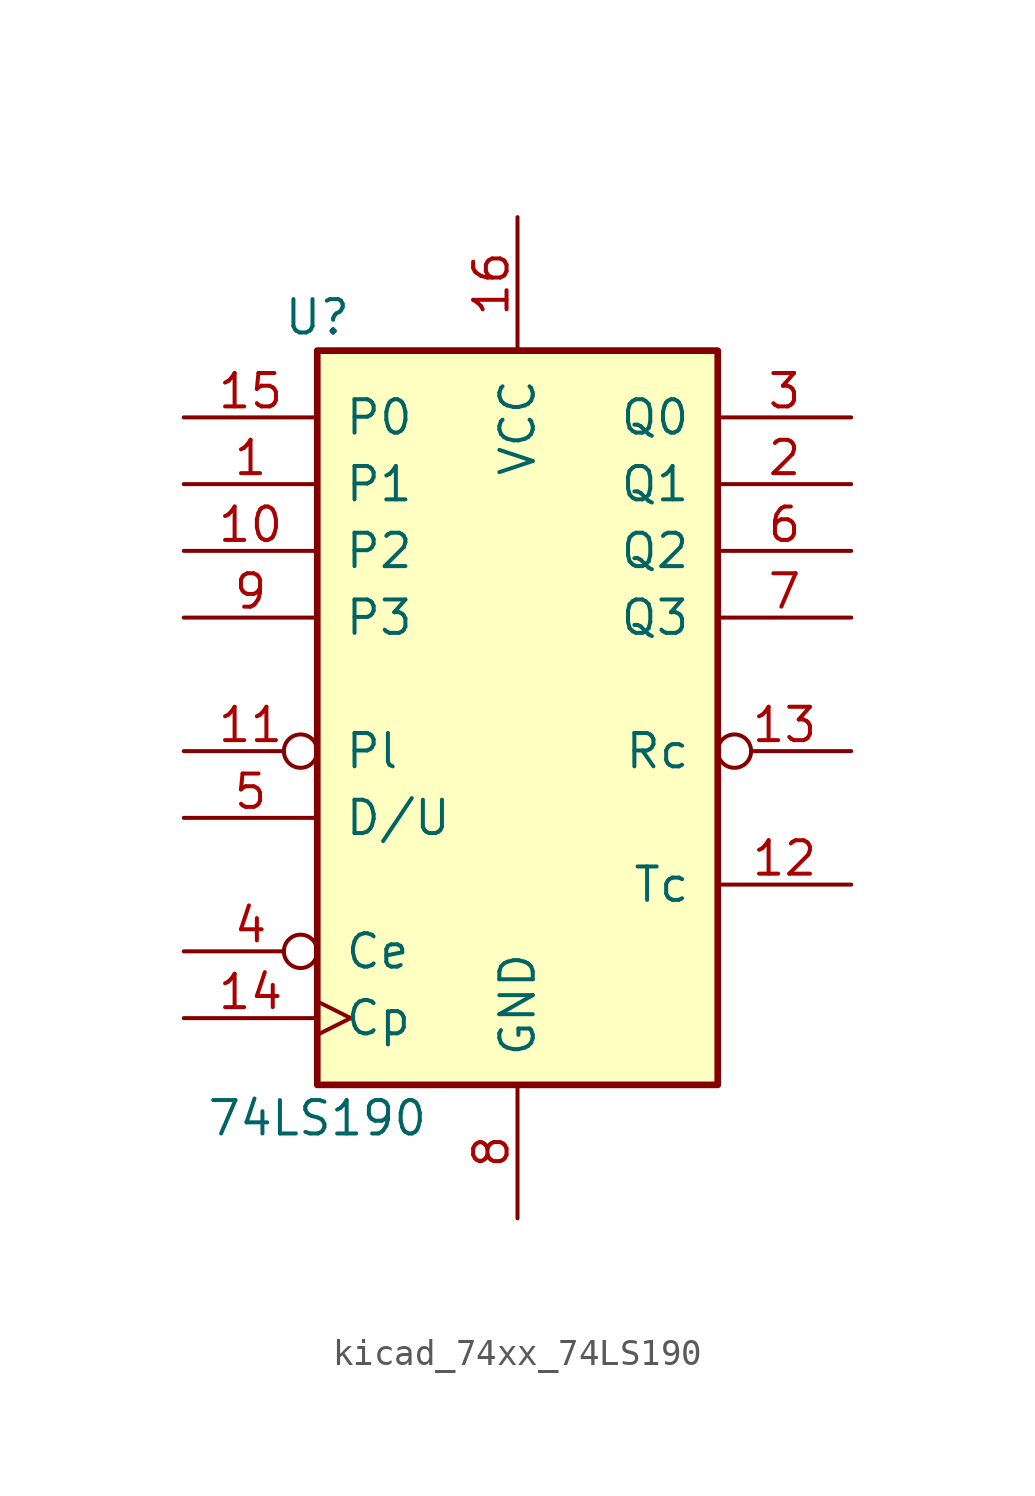
<source format=kicad_sym>
(kicad_symbol_lib
  (version 20220914)
  (generator kicad_symbol_editor)
  (symbol "kicad_74xx_74LS190"
    (pin_names
      (offset 1.016))
    (property "Reference" "U"
      (at -7.62 13.97 0)
      (effects (font (size 1.27 1.27))))
    (property "Value" "74LS190"
      (at -7.62 -16.51 0)
      (effects (font (size 1.27 1.27))))
    (property "ki_locked" ""
      (at 0 0 0)
      (effects (font (size 1.27 1.27))))
    (symbol "kicad_74xx_74LS190_1_0"
      (pin input line (at -12.7 7.62 0) (length 5.08) (name "P1" (effects (font (size 1.27 1.27)))) (number "1" (effects (font (size 1.27 1.27)))))
      (pin input line (at -12.7 5.08 0) (length 5.08) (name "P2" (effects (font (size 1.27 1.27)))) (number "10" (effects (font (size 1.27 1.27)))))
      (pin input inverted (at -12.7 -2.54 0) (length 5.08) (name "Pl" (effects (font (size 1.27 1.27)))) (number "11" (effects (font (size 1.27 1.27)))))
      (pin output line (at 12.7 -7.62 180) (length 5.08) (name "Tc" (effects (font (size 1.27 1.27)))) (number "12" (effects (font (size 1.27 1.27)))))
      (pin output inverted (at 12.7 -2.54 180) (length 5.08) (name "Rc" (effects (font (size 1.27 1.27)))) (number "13" (effects (font (size 1.27 1.27)))))
      (pin input clock (at -12.7 -12.7 0) (length 5.08) (name "Cp" (effects (font (size 1.27 1.27)))) (number "14" (effects (font (size 1.27 1.27)))))
      (pin input line (at -12.7 10.16 0) (length 5.08) (name "P0" (effects (font (size 1.27 1.27)))) (number "15" (effects (font (size 1.27 1.27)))))
      (pin power_in line (at 0 17.78 270) (length 5.08) (name "VCC" (effects (font (size 1.27 1.27)))) (number "16" (effects (font (size 1.27 1.27)))))
      (pin output line (at 12.7 7.62 180) (length 5.08) (name "Q1" (effects (font (size 1.27 1.27)))) (number "2" (effects (font (size 1.27 1.27)))))
      (pin output line (at 12.7 10.16 180) (length 5.08) (name "Q0" (effects (font (size 1.27 1.27)))) (number "3" (effects (font (size 1.27 1.27)))))
      (pin input inverted (at -12.7 -10.16 0) (length 5.08) (name "Ce" (effects (font (size 1.27 1.27)))) (number "4" (effects (font (size 1.27 1.27)))))
      (pin input line (at -12.7 -5.08 0) (length 5.08) (name "D/U" (effects (font (size 1.27 1.27)))) (number "5" (effects (font (size 1.27 1.27)))))
      (pin output line (at 12.7 5.08 180) (length 5.08) (name "Q2" (effects (font (size 1.27 1.27)))) (number "6" (effects (font (size 1.27 1.27)))))
      (pin output line (at 12.7 2.54 180) (length 5.08) (name "Q3" (effects (font (size 1.27 1.27)))) (number "7" (effects (font (size 1.27 1.27)))))
      (pin power_in line (at 0 -20.32 90) (length 5.08) (name "GND" (effects (font (size 1.27 1.27)))) (number "8" (effects (font (size 1.27 1.27)))))
      (pin input line (at -12.7 2.54 0) (length 5.08) (name "P3" (effects (font (size 1.27 1.27)))) (number "9" (effects (font (size 1.27 1.27))))))
    (symbol "kicad_74xx_74LS190_1_1"
      (rectangle (start -7.62 12.7) (end 7.62 -15.24) (stroke (width 0.254) (type default)) (fill (type background))))))
</source>
